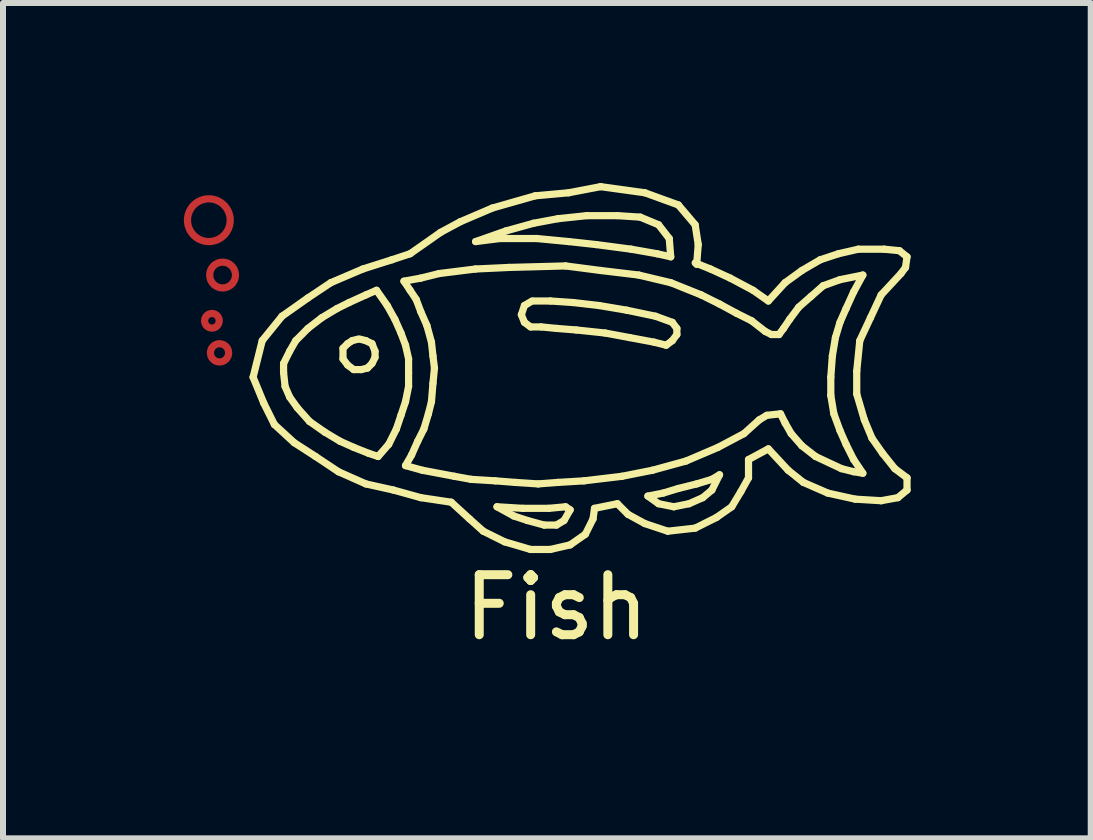
<source format=kicad_pcb>
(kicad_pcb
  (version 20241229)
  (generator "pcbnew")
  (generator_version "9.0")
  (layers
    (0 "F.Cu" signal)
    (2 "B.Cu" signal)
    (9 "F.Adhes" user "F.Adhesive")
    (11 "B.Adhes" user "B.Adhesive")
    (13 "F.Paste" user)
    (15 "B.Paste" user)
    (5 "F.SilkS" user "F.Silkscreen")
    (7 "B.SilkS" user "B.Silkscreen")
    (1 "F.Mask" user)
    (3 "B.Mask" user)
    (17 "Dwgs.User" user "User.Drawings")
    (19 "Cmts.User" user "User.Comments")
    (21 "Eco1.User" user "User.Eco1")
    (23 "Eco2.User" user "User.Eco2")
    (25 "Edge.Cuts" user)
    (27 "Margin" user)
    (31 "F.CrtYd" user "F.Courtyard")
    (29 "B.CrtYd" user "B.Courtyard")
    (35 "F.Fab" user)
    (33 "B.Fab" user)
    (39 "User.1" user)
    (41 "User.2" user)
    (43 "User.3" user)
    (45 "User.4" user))
  (footprint "Fish"
    (layer "F.Cu")
    (at 6.196 3.159)
    (property "Reference" "Fish" (at 0.025 3.912 0) (layer "F.SilkS") (effects (font (size 1 1) (thickness 0.15))))
    (attr through_hole)
    (fp_circle (center -5.766 -2.54) (end -5.41 -2.54) (stroke (width 0.12) (type solid)) (fill no) (layer "F.Cu"))
    (fp_circle (center -5.715 -0.864) (end -5.593 -0.864) (stroke (width 0.12) (type solid)) (fill no) (layer "F.Cu"))
    (fp_circle (center -5.588 -0.33) (end -5.436 -0.33) (stroke (width 0.12) (type solid)) (fill no) (layer "F.Cu"))
    (fp_circle (center -5.537 -1.626) (end -5.322 -1.626) (stroke (width 0.12) (type solid)) (fill no) (layer "F.Cu"))
    (fp_circle (center -5.766 -2.54) (end -5.41 -2.54) (stroke (width 0.15) (type solid)) (fill no) (layer "F.Mask"))
    (fp_circle (center -5.715 -0.864) (end -5.593 -0.864) (stroke (width 0.15) (type solid)) (fill no) (layer "F.Mask"))
    (fp_circle (center -5.588 -0.33) (end -5.436 -0.33) (stroke (width 0.15) (type solid)) (fill no) (layer "F.Mask"))
    (fp_circle (center -5.537 -1.623) (end -5.322 -1.623) (stroke (width 0.15) (type solid)) (fill no) (layer "F.Mask"))
    (fp_line (start -5.029 0.076) (end -4.877 -0.533) (stroke (width 0.12) (type solid)) (layer "F.SilkS"))
    (fp_line (start -4.877 -0.533) (end -4.547 -0.94) (stroke (width 0.12) (type solid)) (layer "F.SilkS"))
    (fp_line (start -4.851 0.508) (end -5.029 0.076) (stroke (width 0.12) (type solid)) (layer "F.SilkS"))
    (fp_line (start -4.674 0.864) (end -4.851 0.508) (stroke (width 0.12) (type solid)) (layer "F.SilkS"))
    (fp_line (start -4.547 -0.94) (end -4.115 -1.245) (stroke (width 0.12) (type solid)) (layer "F.SilkS"))
    (fp_line (start -4.521 -0.152) (end -4.521 0) (stroke (width 0.12) (type solid)) (layer "F.SilkS"))
    (fp_line (start -4.521 0) (end -4.496 0.229) (stroke (width 0.12) (type solid)) (layer "F.SilkS"))
    (fp_line (start -4.496 0.229) (end -4.42 0.406) (stroke (width 0.12) (type solid)) (layer "F.SilkS"))
    (fp_line (start -4.42 -0.356) (end -4.521 -0.152) (stroke (width 0.12) (type solid)) (layer "F.SilkS"))
    (fp_line (start -4.42 0.406) (end -4.293 0.584) (stroke (width 0.12) (type solid)) (layer "F.SilkS"))
    (fp_line (start -4.343 1.168) (end -4.674 0.864) (stroke (width 0.12) (type solid)) (layer "F.SilkS"))
    (fp_line (start -4.318 -0.533) (end -4.42 -0.356) (stroke (width 0.12) (type solid)) (layer "F.SilkS"))
    (fp_line (start -4.293 0.584) (end -4.089 0.813) (stroke (width 0.12) (type solid)) (layer "F.SilkS"))
    (fp_line (start -4.115 -1.245) (end -3.734 -1.499) (stroke (width 0.12) (type solid)) (layer "F.SilkS"))
    (fp_line (start -4.115 -0.737) (end -4.318 -0.533) (stroke (width 0.12) (type solid)) (layer "F.SilkS"))
    (fp_line (start -4.089 0.813) (end -3.835 0.991) (stroke (width 0.12) (type solid)) (layer "F.SilkS"))
    (fp_line (start -3.988 1.397) (end -4.343 1.168) (stroke (width 0.12) (type solid)) (layer "F.SilkS"))
    (fp_line (start -3.886 -0.914) (end -4.115 -0.737) (stroke (width 0.12) (type solid)) (layer "F.SilkS"))
    (fp_line (start -3.835 0.991) (end -3.581 1.143) (stroke (width 0.12) (type solid)) (layer "F.SilkS"))
    (fp_line (start -3.734 -1.499) (end -3.2 -1.727) (stroke (width 0.12) (type solid)) (layer "F.SilkS"))
    (fp_line (start -3.632 -1.067) (end -3.886 -0.914) (stroke (width 0.12) (type solid)) (layer "F.SilkS"))
    (fp_line (start -3.607 1.651) (end -3.988 1.397) (stroke (width 0.12) (type solid)) (layer "F.SilkS"))
    (fp_line (start -3.581 1.143) (end -3.353 1.245) (stroke (width 0.12) (type solid)) (layer "F.SilkS"))
    (fp_line (start -3.531 -0.406) (end -3.454 -0.483) (stroke (width 0.12) (type solid)) (layer "F.SilkS"))
    (fp_line (start -3.531 -0.229) (end -3.531 -0.406) (stroke (width 0.12) (type solid)) (layer "F.SilkS"))
    (fp_line (start -3.454 -0.483) (end -3.378 -0.533) (stroke (width 0.12) (type solid)) (layer "F.SilkS"))
    (fp_line (start -3.454 -0.127) (end -3.531 -0.229) (stroke (width 0.12) (type solid)) (layer "F.SilkS"))
    (fp_line (start -3.429 -1.168) (end -3.632 -1.067) (stroke (width 0.12) (type solid)) (layer "F.SilkS"))
    (fp_line (start -3.378 -0.533) (end -3.277 -0.559) (stroke (width 0.12) (type solid)) (layer "F.SilkS"))
    (fp_line (start -3.353 -0.051) (end -3.454 -0.127) (stroke (width 0.12) (type solid)) (layer "F.SilkS"))
    (fp_line (start -3.353 1.245) (end -3.099 1.346) (stroke (width 0.12) (type solid)) (layer "F.SilkS"))
    (fp_line (start -3.251 -0.559) (end -3.15 -0.533) (stroke (width 0.12) (type solid)) (layer "F.SilkS"))
    (fp_line (start -3.226 -0.051) (end -3.353 -0.051) (stroke (width 0.12) (type solid)) (layer "F.SilkS"))
    (fp_line (start -3.2 -1.727) (end -2.718 -1.88) (stroke (width 0.12) (type solid)) (layer "F.SilkS"))
    (fp_line (start -3.15 -1.295) (end -3.429 -1.168) (stroke (width 0.12) (type solid)) (layer "F.SilkS"))
    (fp_line (start -3.15 -0.533) (end -3.048 -0.483) (stroke (width 0.12) (type solid)) (layer "F.SilkS"))
    (fp_line (start -3.15 1.854) (end -3.607 1.651) (stroke (width 0.12) (type solid)) (layer "F.SilkS"))
    (fp_line (start -3.124 -0.076) (end -3.226 -0.051) (stroke (width 0.12) (type solid)) (layer "F.SilkS"))
    (fp_line (start -3.099 1.346) (end -2.946 1.397) (stroke (width 0.12) (type solid)) (layer "F.SilkS"))
    (fp_line (start -3.048 -0.483) (end -2.997 -0.356) (stroke (width 0.12) (type solid)) (layer "F.SilkS"))
    (fp_line (start -3.048 -0.152) (end -3.124 -0.076) (stroke (width 0.12) (type solid)) (layer "F.SilkS"))
    (fp_line (start -2.997 -0.356) (end -2.997 -0.254) (stroke (width 0.12) (type solid)) (layer "F.SilkS"))
    (fp_line (start -2.997 -0.254) (end -3.048 -0.152) (stroke (width 0.12) (type solid)) (layer "F.SilkS"))
    (fp_line (start -2.972 -1.372) (end -3.15 -1.295) (stroke (width 0.12) (type solid)) (layer "F.SilkS"))
    (fp_line (start -2.946 1.397) (end -2.769 1.194) (stroke (width 0.12) (type solid)) (layer "F.SilkS"))
    (fp_line (start -2.794 -1.118) (end -2.972 -1.372) (stroke (width 0.12) (type solid)) (layer "F.SilkS"))
    (fp_line (start -2.769 1.194) (end -2.642 0.94) (stroke (width 0.12) (type solid)) (layer "F.SilkS"))
    (fp_line (start -2.718 -1.88) (end -2.413 -1.981) (stroke (width 0.12) (type solid)) (layer "F.SilkS"))
    (fp_line (start -2.692 1.956) (end -3.15 1.854) (stroke (width 0.12) (type solid)) (layer "F.SilkS"))
    (fp_line (start -2.667 -0.889) (end -2.794 -1.118) (stroke (width 0.12) (type solid)) (layer "F.SilkS"))
    (fp_line (start -2.642 0.94) (end -2.565 0.711) (stroke (width 0.12) (type solid)) (layer "F.SilkS"))
    (fp_line (start -2.565 -0.66) (end -2.667 -0.889) (stroke (width 0.12) (type solid)) (layer "F.SilkS"))
    (fp_line (start -2.565 0.711) (end -2.489 0.483) (stroke (width 0.12) (type solid)) (layer "F.SilkS"))
    (fp_line (start -2.515 -1.524) (end -2.413 -1.372) (stroke (width 0.12) (type solid)) (layer "F.SilkS"))
    (fp_line (start -2.489 -0.457) (end -2.565 -0.66) (stroke (width 0.12) (type solid)) (layer "F.SilkS"))
    (fp_line (start -2.489 0.483) (end -2.438 0.229) (stroke (width 0.12) (type solid)) (layer "F.SilkS"))
    (fp_line (start -2.489 1.549) (end -2.21 1.626) (stroke (width 0.12) (type solid)) (layer "F.SilkS"))
    (fp_line (start -2.438 -0.229) (end -2.489 -0.457) (stroke (width 0.12) (type solid)) (layer "F.SilkS"))
    (fp_line (start -2.438 0) (end -2.438 -0.229) (stroke (width 0.12) (type solid)) (layer "F.SilkS"))
    (fp_line (start -2.438 0.229) (end -2.438 0) (stroke (width 0.12) (type solid)) (layer "F.SilkS"))
    (fp_line (start -2.413 -1.981) (end -1.905 -2.337) (stroke (width 0.12) (type solid)) (layer "F.SilkS"))
    (fp_line (start -2.413 -1.372) (end -2.311 -1.219) (stroke (width 0.12) (type solid)) (layer "F.SilkS"))
    (fp_line (start -2.388 1.372) (end -2.489 1.549) (stroke (width 0.12) (type solid)) (layer "F.SilkS"))
    (fp_line (start -2.311 -1.219) (end -2.235 -1.016) (stroke (width 0.12) (type solid)) (layer "F.SilkS"))
    (fp_line (start -2.286 1.143) (end -2.388 1.372) (stroke (width 0.12) (type solid)) (layer "F.SilkS"))
    (fp_line (start -2.235 -1.575) (end -2.515 -1.524) (stroke (width 0.12) (type solid)) (layer "F.SilkS"))
    (fp_line (start -2.235 -1.016) (end -2.134 -0.787) (stroke (width 0.12) (type solid)) (layer "F.SilkS"))
    (fp_line (start -2.235 2.083) (end -2.692 1.956) (stroke (width 0.12) (type solid)) (layer "F.SilkS"))
    (fp_line (start -2.21 1.626) (end -1.676 1.727) (stroke (width 0.12) (type solid)) (layer "F.SilkS"))
    (fp_line (start -2.184 0.94) (end -2.286 1.143) (stroke (width 0.12) (type solid)) (layer "F.SilkS"))
    (fp_line (start -2.134 -0.787) (end -2.057 -0.508) (stroke (width 0.12) (type solid)) (layer "F.SilkS"))
    (fp_line (start -2.108 0.686) (end -2.184 0.94) (stroke (width 0.12) (type solid)) (layer "F.SilkS"))
    (fp_line (start -2.057 -0.508) (end -2.032 -0.279) (stroke (width 0.12) (type solid)) (layer "F.SilkS"))
    (fp_line (start -2.057 0.483) (end -2.108 0.686) (stroke (width 0.12) (type solid)) (layer "F.SilkS"))
    (fp_line (start -2.032 -0.279) (end -2.007 -0.076) (stroke (width 0.12) (type solid)) (layer "F.SilkS"))
    (fp_line (start -2.032 0.178) (end -2.057 0.483) (stroke (width 0.12) (type solid)) (layer "F.SilkS"))
    (fp_line (start -2.007 -0.076) (end -2.032 0.178) (stroke (width 0.12) (type solid)) (layer "F.SilkS"))
    (fp_line (start -1.93 -1.651) (end -2.235 -1.575) (stroke (width 0.12) (type solid)) (layer "F.SilkS"))
    (fp_line (start -1.905 -2.337) (end -1.575 -2.515) (stroke (width 0.12) (type solid)) (layer "F.SilkS"))
    (fp_line (start -1.727 2.159) (end -2.235 2.083) (stroke (width 0.12) (type solid)) (layer "F.SilkS"))
    (fp_line (start -1.676 1.727) (end -1.397 1.778) (stroke (width 0.12) (type solid)) (layer "F.SilkS"))
    (fp_line (start -1.575 -2.515) (end -1.041 -2.743) (stroke (width 0.12) (type solid)) (layer "F.SilkS"))
    (fp_line (start -1.422 2.438) (end -1.727 2.159) (stroke (width 0.12) (type solid)) (layer "F.SilkS"))
    (fp_line (start -1.397 1.778) (end -0.991 1.803) (stroke (width 0.12) (type solid)) (layer "F.SilkS"))
    (fp_line (start -1.321 -2.184) (end -0.914 -2.235) (stroke (width 0.12) (type solid)) (layer "F.SilkS"))
    (fp_line (start -1.321 -1.727) (end -1.93 -1.651) (stroke (width 0.12) (type solid)) (layer "F.SilkS"))
    (fp_line (start -1.194 2.642) (end -1.422 2.438) (stroke (width 0.12) (type solid)) (layer "F.SilkS"))
    (fp_line (start -1.041 -2.743) (end -0.33 -2.946) (stroke (width 0.12) (type solid)) (layer "F.SilkS"))
    (fp_line (start -0.991 1.803) (end -0.66 1.829) (stroke (width 0.12) (type solid)) (layer "F.SilkS"))
    (fp_line (start -0.965 2.235) (end -0.533 2.261) (stroke (width 0.12) (type solid)) (layer "F.SilkS"))
    (fp_line (start -0.914 -2.235) (end -0.305 -2.235) (stroke (width 0.12) (type solid)) (layer "F.SilkS"))
    (fp_line (start -0.838 2.819) (end -1.194 2.642) (stroke (width 0.12) (type solid)) (layer "F.SilkS"))
    (fp_line (start -0.813 -2.362) (end -1.321 -2.184) (stroke (width 0.12) (type solid)) (layer "F.SilkS"))
    (fp_line (start -0.762 -1.753) (end -1.321 -1.727) (stroke (width 0.12) (type solid)) (layer "F.SilkS"))
    (fp_line (start -0.686 2.388) (end -0.965 2.235) (stroke (width 0.12) (type solid)) (layer "F.SilkS"))
    (fp_line (start -0.66 1.829) (end -0.279 1.854) (stroke (width 0.12) (type solid)) (layer "F.SilkS"))
    (fp_line (start -0.559 -0.965) (end -0.508 -1.118) (stroke (width 0.12) (type solid)) (layer "F.SilkS"))
    (fp_line (start -0.533 2.261) (end -0.102 2.261) (stroke (width 0.12) (type solid)) (layer "F.SilkS"))
    (fp_line (start -0.508 -1.118) (end -0.381 -1.194) (stroke (width 0.12) (type solid)) (layer "F.SilkS"))
    (fp_line (start -0.508 -0.838) (end -0.559 -0.965) (stroke (width 0.12) (type solid)) (layer "F.SilkS"))
    (fp_line (start -0.457 2.464) (end -0.686 2.388) (stroke (width 0.12) (type solid)) (layer "F.SilkS"))
    (fp_line (start -0.406 -0.762) (end -0.508 -0.838) (stroke (width 0.12) (type solid)) (layer "F.SilkS"))
    (fp_line (start -0.406 2.946) (end -0.838 2.819) (stroke (width 0.12) (type solid)) (layer "F.SilkS"))
    (fp_line (start -0.356 -2.489) (end -0.813 -2.362) (stroke (width 0.12) (type solid)) (layer "F.SilkS"))
    (fp_line (start -0.356 -1.194) (end -0.076 -1.194) (stroke (width 0.12) (type solid)) (layer "F.SilkS"))
    (fp_line (start -0.33 -2.946) (end 0.229 -2.997) (stroke (width 0.12) (type solid)) (layer "F.SilkS"))
    (fp_line (start -0.305 -2.235) (end 0.229 -2.184) (stroke (width 0.12) (type solid)) (layer "F.SilkS"))
    (fp_line (start -0.279 1.854) (end 0.051 1.829) (stroke (width 0.12) (type solid)) (layer "F.SilkS"))
    (fp_line (start -0.229 -0.762) (end -0.406 -0.762) (stroke (width 0.12) (type solid)) (layer "F.SilkS"))
    (fp_line (start -0.178 2.54) (end -0.457 2.464) (stroke (width 0.12) (type solid)) (layer "F.SilkS"))
    (fp_line (start -0.102 2.261) (end 0.178 2.235) (stroke (width 0.12) (type solid)) (layer "F.SilkS"))
    (fp_line (start -0.076 -1.194) (end 0.305 -1.168) (stroke (width 0.12) (type solid)) (layer "F.SilkS"))
    (fp_line (start -0.076 2.946) (end -0.406 2.946) (stroke (width 0.12) (type solid)) (layer "F.SilkS"))
    (fp_line (start 0.025 -0.737) (end -0.229 -0.762) (stroke (width 0.12) (type solid)) (layer "F.SilkS"))
    (fp_line (start 0.025 2.54) (end -0.178 2.54) (stroke (width 0.12) (type solid)) (layer "F.SilkS"))
    (fp_line (start 0.051 -2.565) (end -0.356 -2.489) (stroke (width 0.12) (type solid)) (layer "F.SilkS"))
    (fp_line (start 0.051 1.829) (end 0.483 1.803) (stroke (width 0.12) (type solid)) (layer "F.SilkS"))
    (fp_line (start 0.152 2.464) (end 0.025 2.54) (stroke (width 0.12) (type solid)) (layer "F.SilkS"))
    (fp_line (start 0.178 -1.778) (end -0.762 -1.753) (stroke (width 0.12) (type solid)) (layer "F.SilkS"))
    (fp_line (start 0.178 2.235) (end 0.254 2.286) (stroke (width 0.12) (type solid)) (layer "F.SilkS"))
    (fp_line (start 0.229 -2.997) (end 0.762 -3.099) (stroke (width 0.12) (type solid)) (layer "F.SilkS"))
    (fp_line (start 0.229 -2.184) (end 0.686 -2.134) (stroke (width 0.12) (type solid)) (layer "F.SilkS"))
    (fp_line (start 0.254 2.286) (end 0.152 2.464) (stroke (width 0.12) (type solid)) (layer "F.SilkS"))
    (fp_line (start 0.254 2.87) (end -0.076 2.946) (stroke (width 0.12) (type solid)) (layer "F.SilkS"))
    (fp_line (start 0.305 -1.168) (end 0.737 -1.118) (stroke (width 0.12) (type solid)) (layer "F.SilkS"))
    (fp_line (start 0.356 -0.711) (end 0.025 -0.737) (stroke (width 0.12) (type solid)) (layer "F.SilkS"))
    (fp_line (start 0.483 1.803) (end 1.118 1.727) (stroke (width 0.12) (type solid)) (layer "F.SilkS"))
    (fp_line (start 0.508 2.692) (end 0.254 2.87) (stroke (width 0.12) (type solid)) (layer "F.SilkS"))
    (fp_line (start 0.533 -2.616) (end 0.051 -2.565) (stroke (width 0.12) (type solid)) (layer "F.SilkS"))
    (fp_line (start 0.635 2.438) (end 0.508 2.692) (stroke (width 0.12) (type solid)) (layer "F.SilkS"))
    (fp_line (start 0.66 2.261) (end 0.635 2.438) (stroke (width 0.12) (type solid)) (layer "F.SilkS"))
    (fp_line (start 0.686 -2.134) (end 1.27 -2.057) (stroke (width 0.12) (type solid)) (layer "F.SilkS"))
    (fp_line (start 0.737 -1.118) (end 1.194 -1.041) (stroke (width 0.12) (type solid)) (layer "F.SilkS"))
    (fp_line (start 0.762 -3.099) (end 1.499 -2.997) (stroke (width 0.12) (type solid)) (layer "F.SilkS"))
    (fp_line (start 0.762 -1.702) (end 0.178 -1.778) (stroke (width 0.12) (type solid)) (layer "F.SilkS"))
    (fp_line (start 0.838 -0.66) (end 0.356 -0.711) (stroke (width 0.12) (type solid)) (layer "F.SilkS"))
    (fp_line (start 1.041 -2.616) (end 0.533 -2.616) (stroke (width 0.12) (type solid)) (layer "F.SilkS"))
    (fp_line (start 1.041 2.184) (end 0.66 2.261) (stroke (width 0.12) (type solid)) (layer "F.SilkS"))
    (fp_line (start 1.118 1.727) (end 1.626 1.626) (stroke (width 0.12) (type solid)) (layer "F.SilkS"))
    (fp_line (start 1.194 -1.041) (end 1.676 -0.94) (stroke (width 0.12) (type solid)) (layer "F.SilkS"))
    (fp_line (start 1.219 2.362) (end 1.041 2.184) (stroke (width 0.12) (type solid)) (layer "F.SilkS"))
    (fp_line (start 1.245 -0.584) (end 0.838 -0.66) (stroke (width 0.12) (type solid)) (layer "F.SilkS"))
    (fp_line (start 1.27 -2.057) (end 1.702 -1.981) (stroke (width 0.12) (type solid)) (layer "F.SilkS"))
    (fp_line (start 1.397 -1.626) (end 0.762 -1.702) (stroke (width 0.12) (type solid)) (layer "F.SilkS"))
    (fp_line (start 1.422 -2.591) (end 1.041 -2.616) (stroke (width 0.12) (type solid)) (layer "F.SilkS"))
    (fp_line (start 1.499 -2.997) (end 2.057 -2.794) (stroke (width 0.12) (type solid)) (layer "F.SilkS"))
    (fp_line (start 1.499 2.515) (end 1.219 2.362) (stroke (width 0.12) (type solid)) (layer "F.SilkS"))
    (fp_line (start 1.549 2.057) (end 1.803 2.007) (stroke (width 0.12) (type solid)) (layer "F.SilkS"))
    (fp_line (start 1.626 1.626) (end 2.184 1.473) (stroke (width 0.12) (type solid)) (layer "F.SilkS"))
    (fp_line (start 1.651 -0.508) (end 1.245 -0.584) (stroke (width 0.12) (type solid)) (layer "F.SilkS"))
    (fp_line (start 1.676 -0.94) (end 1.956 -0.838) (stroke (width 0.12) (type solid)) (layer "F.SilkS"))
    (fp_line (start 1.702 -1.981) (end 1.93 -1.93) (stroke (width 0.12) (type solid)) (layer "F.SilkS"))
    (fp_line (start 1.727 -2.464) (end 1.422 -2.591) (stroke (width 0.12) (type solid)) (layer "F.SilkS"))
    (fp_line (start 1.727 2.184) (end 1.549 2.057) (stroke (width 0.12) (type solid)) (layer "F.SilkS"))
    (fp_line (start 1.803 2.007) (end 2.057 1.93) (stroke (width 0.12) (type solid)) (layer "F.SilkS"))
    (fp_line (start 1.854 -0.457) (end 1.651 -0.508) (stroke (width 0.12) (type solid)) (layer "F.SilkS"))
    (fp_line (start 1.88 2.642) (end 1.499 2.515) (stroke (width 0.12) (type solid)) (layer "F.SilkS"))
    (fp_line (start 1.905 -2.235) (end 1.727 -2.464) (stroke (width 0.12) (type solid)) (layer "F.SilkS"))
    (fp_line (start 1.93 -1.93) (end 1.905 -2.235) (stroke (width 0.12) (type solid)) (layer "F.SilkS"))
    (fp_line (start 1.93 -1.499) (end 1.397 -1.626) (stroke (width 0.12) (type solid)) (layer "F.SilkS"))
    (fp_line (start 1.956 -0.838) (end 2.032 -0.737) (stroke (width 0.12) (type solid)) (layer "F.SilkS"))
    (fp_line (start 1.956 -0.533) (end 1.854 -0.457) (stroke (width 0.12) (type solid)) (layer "F.SilkS"))
    (fp_line (start 1.981 2.235) (end 1.727 2.184) (stroke (width 0.12) (type solid)) (layer "F.SilkS"))
    (fp_line (start 2.032 -0.737) (end 2.032 -0.635) (stroke (width 0.12) (type solid)) (layer "F.SilkS"))
    (fp_line (start 2.032 -0.635) (end 1.956 -0.533) (stroke (width 0.12) (type solid)) (layer "F.SilkS"))
    (fp_line (start 2.057 -2.794) (end 2.337 -2.464) (stroke (width 0.12) (type solid)) (layer "F.SilkS"))
    (fp_line (start 2.057 1.93) (end 2.362 1.854) (stroke (width 0.12) (type solid)) (layer "F.SilkS"))
    (fp_line (start 2.184 1.473) (end 2.718 1.245) (stroke (width 0.12) (type solid)) (layer "F.SilkS"))
    (fp_line (start 2.235 2.184) (end 1.981 2.235) (stroke (width 0.12) (type solid)) (layer "F.SilkS"))
    (fp_line (start 2.337 -2.464) (end 2.388 -2.134) (stroke (width 0.12) (type solid)) (layer "F.SilkS"))
    (fp_line (start 2.337 -1.829) (end 2.591 -1.727) (stroke (width 0.12) (type solid)) (layer "F.SilkS"))
    (fp_line (start 2.337 2.591) (end 1.88 2.642) (stroke (width 0.12) (type solid)) (layer "F.SilkS"))
    (fp_line (start 2.362 1.854) (end 2.616 1.778) (stroke (width 0.12) (type solid)) (layer "F.SilkS"))
    (fp_line (start 2.388 -2.134) (end 2.362 -1.803) (stroke (width 0.12) (type solid)) (layer "F.SilkS"))
    (fp_line (start 2.438 -1.295) (end 1.93 -1.499) (stroke (width 0.12) (type solid)) (layer "F.SilkS"))
    (fp_line (start 2.464 2.083) (end 2.235 2.184) (stroke (width 0.12) (type solid)) (layer "F.SilkS"))
    (fp_line (start 2.591 -1.727) (end 2.921 -1.575) (stroke (width 0.12) (type solid)) (layer "F.SilkS"))
    (fp_line (start 2.616 1.778) (end 2.743 1.702) (stroke (width 0.12) (type solid)) (layer "F.SilkS"))
    (fp_line (start 2.616 1.956) (end 2.464 2.083) (stroke (width 0.12) (type solid)) (layer "F.SilkS"))
    (fp_line (start 2.692 2.413) (end 2.337 2.591) (stroke (width 0.12) (type solid)) (layer "F.SilkS"))
    (fp_line (start 2.718 1.245) (end 3.15 1.016) (stroke (width 0.12) (type solid)) (layer "F.SilkS"))
    (fp_line (start 2.743 -1.143) (end 2.438 -1.295) (stroke (width 0.12) (type solid)) (layer "F.SilkS"))
    (fp_line (start 2.743 1.702) (end 2.616 1.956) (stroke (width 0.12) (type solid)) (layer "F.SilkS"))
    (fp_line (start 2.921 -1.575) (end 3.302 -1.372) (stroke (width 0.12) (type solid)) (layer "F.SilkS"))
    (fp_line (start 2.946 2.235) (end 2.692 2.413) (stroke (width 0.12) (type solid)) (layer "F.SilkS"))
    (fp_line (start 3.023 -0.991) (end 2.743 -1.143) (stroke (width 0.12) (type solid)) (layer "F.SilkS"))
    (fp_line (start 3.099 1.981) (end 2.946 2.235) (stroke (width 0.12) (type solid)) (layer "F.SilkS"))
    (fp_line (start 3.15 1.016) (end 3.404 0.787) (stroke (width 0.12) (type solid)) (layer "F.SilkS"))
    (fp_line (start 3.226 1.448) (end 3.226 1.753) (stroke (width 0.12) (type solid)) (layer "F.SilkS"))
    (fp_line (start 3.226 1.753) (end 3.099 1.981) (stroke (width 0.12) (type solid)) (layer "F.SilkS"))
    (fp_line (start 3.277 -0.864) (end 3.023 -0.991) (stroke (width 0.12) (type solid)) (layer "F.SilkS"))
    (fp_line (start 3.302 -1.372) (end 3.556 -1.194) (stroke (width 0.12) (type solid)) (layer "F.SilkS"))
    (fp_line (start 3.404 0.787) (end 3.531 0.711) (stroke (width 0.12) (type solid)) (layer "F.SilkS"))
    (fp_line (start 3.505 -0.686) (end 3.277 -0.864) (stroke (width 0.12) (type solid)) (layer "F.SilkS"))
    (fp_line (start 3.531 0.711) (end 3.759 0.686) (stroke (width 0.12) (type solid)) (layer "F.SilkS"))
    (fp_line (start 3.556 -1.194) (end 3.835 -1.499) (stroke (width 0.12) (type solid)) (layer "F.SilkS"))
    (fp_line (start 3.556 1.27) (end 3.226 1.448) (stroke (width 0.12) (type solid)) (layer "F.SilkS"))
    (fp_line (start 3.607 -0.635) (end 3.505 -0.686) (stroke (width 0.12) (type solid)) (layer "F.SilkS"))
    (fp_line (start 3.734 -0.635) (end 3.607 -0.635) (stroke (width 0.12) (type solid)) (layer "F.SilkS"))
    (fp_line (start 3.759 0.686) (end 3.835 0.838) (stroke (width 0.12) (type solid)) (layer "F.SilkS"))
    (fp_line (start 3.81 -0.737) (end 3.734 -0.635) (stroke (width 0.12) (type solid)) (layer "F.SilkS"))
    (fp_line (start 3.835 -1.499) (end 4.115 -1.702) (stroke (width 0.12) (type solid)) (layer "F.SilkS"))
    (fp_line (start 3.835 0.838) (end 3.937 1.016) (stroke (width 0.12) (type solid)) (layer "F.SilkS"))
    (fp_line (start 3.886 1.626) (end 3.556 1.27) (stroke (width 0.12) (type solid)) (layer "F.SilkS"))
    (fp_line (start 3.912 -0.889) (end 3.81 -0.737) (stroke (width 0.12) (type solid)) (layer "F.SilkS"))
    (fp_line (start 3.937 1.016) (end 4.115 1.219) (stroke (width 0.12) (type solid)) (layer "F.SilkS"))
    (fp_line (start 4.064 -1.092) (end 3.912 -0.889) (stroke (width 0.12) (type solid)) (layer "F.SilkS"))
    (fp_line (start 4.115 -1.702) (end 4.42 -1.88) (stroke (width 0.12) (type solid)) (layer "F.SilkS"))
    (fp_line (start 4.115 1.219) (end 4.343 1.397) (stroke (width 0.12) (type solid)) (layer "F.SilkS"))
    (fp_line (start 4.14 1.829) (end 3.886 1.626) (stroke (width 0.12) (type solid)) (layer "F.SilkS"))
    (fp_line (start 4.267 -1.27) (end 4.064 -1.092) (stroke (width 0.12) (type solid)) (layer "F.SilkS"))
    (fp_line (start 4.343 1.397) (end 4.775 1.6) (stroke (width 0.12) (type solid)) (layer "F.SilkS"))
    (fp_line (start 4.42 -1.88) (end 4.724 -1.981) (stroke (width 0.12) (type solid)) (layer "F.SilkS"))
    (fp_line (start 4.47 -1.448) (end 4.267 -1.27) (stroke (width 0.12) (type solid)) (layer "F.SilkS"))
    (fp_line (start 4.547 2.007) (end 4.14 1.829) (stroke (width 0.12) (type solid)) (layer "F.SilkS"))
    (fp_line (start 4.597 0.076) (end 4.623 -0.279) (stroke (width 0.12) (type solid)) (layer "F.SilkS"))
    (fp_line (start 4.597 0.381) (end 4.597 0.076) (stroke (width 0.12) (type solid)) (layer "F.SilkS"))
    (fp_line (start 4.623 -0.279) (end 4.674 -0.584) (stroke (width 0.12) (type solid)) (layer "F.SilkS"))
    (fp_line (start 4.648 0.686) (end 4.597 0.381) (stroke (width 0.12) (type solid)) (layer "F.SilkS"))
    (fp_line (start 4.674 -0.584) (end 4.75 -0.838) (stroke (width 0.12) (type solid)) (layer "F.SilkS"))
    (fp_line (start 4.724 -1.981) (end 5.055 -2.057) (stroke (width 0.12) (type solid)) (layer "F.SilkS"))
    (fp_line (start 4.75 -1.549) (end 4.47 -1.448) (stroke (width 0.12) (type solid)) (layer "F.SilkS"))
    (fp_line (start 4.75 -0.838) (end 4.851 -1.067) (stroke (width 0.12) (type solid)) (layer "F.SilkS"))
    (fp_line (start 4.75 0.965) (end 4.648 0.686) (stroke (width 0.12) (type solid)) (layer "F.SilkS"))
    (fp_line (start 4.775 1.6) (end 4.978 1.651) (stroke (width 0.12) (type solid)) (layer "F.SilkS"))
    (fp_line (start 4.851 -1.067) (end 4.978 -1.346) (stroke (width 0.12) (type solid)) (layer "F.SilkS"))
    (fp_line (start 4.851 1.194) (end 4.75 0.965) (stroke (width 0.12) (type solid)) (layer "F.SilkS"))
    (fp_line (start 4.978 -1.346) (end 5.131 -1.626) (stroke (width 0.12) (type solid)) (layer "F.SilkS"))
    (fp_line (start 4.978 1.448) (end 4.851 1.194) (stroke (width 0.12) (type solid)) (layer "F.SilkS"))
    (fp_line (start 4.978 1.651) (end 5.131 1.676) (stroke (width 0.12) (type solid)) (layer "F.SilkS"))
    (fp_line (start 5.004 2.108) (end 4.547 2.007) (stroke (width 0.12) (type solid)) (layer "F.SilkS"))
    (fp_line (start 5.029 -0.025) (end 5.029 0.356) (stroke (width 0.12) (type solid)) (layer "F.SilkS"))
    (fp_line (start 5.029 0.356) (end 5.156 0.787) (stroke (width 0.12) (type solid)) (layer "F.SilkS"))
    (fp_line (start 5.055 -2.057) (end 5.486 -2.057) (stroke (width 0.12) (type solid)) (layer "F.SilkS"))
    (fp_line (start 5.08 -0.533) (end 5.029 -0.025) (stroke (width 0.12) (type solid)) (layer "F.SilkS"))
    (fp_line (start 5.131 -1.626) (end 4.75 -1.549) (stroke (width 0.12) (type solid)) (layer "F.SilkS"))
    (fp_line (start 5.131 1.676) (end 4.978 1.448) (stroke (width 0.12) (type solid)) (layer "F.SilkS"))
    (fp_line (start 5.156 0.787) (end 5.283 1.092) (stroke (width 0.12) (type solid)) (layer "F.SilkS"))
    (fp_line (start 5.258 -0.914) (end 5.08 -0.533) (stroke (width 0.12) (type solid)) (layer "F.SilkS"))
    (fp_line (start 5.283 1.092) (end 5.461 1.346) (stroke (width 0.12) (type solid)) (layer "F.SilkS"))
    (fp_line (start 5.436 -1.295) (end 5.258 -0.914) (stroke (width 0.12) (type solid)) (layer "F.SilkS"))
    (fp_line (start 5.436 2.134) (end 5.004 2.108) (stroke (width 0.12) (type solid)) (layer "F.SilkS"))
    (fp_line (start 5.461 1.346) (end 5.664 1.6) (stroke (width 0.12) (type solid)) (layer "F.SilkS"))
    (fp_line (start 5.486 -2.057) (end 5.74 -2.032) (stroke (width 0.12) (type solid)) (layer "F.SilkS"))
    (fp_line (start 5.664 1.6) (end 5.867 1.753) (stroke (width 0.12) (type solid)) (layer "F.SilkS"))
    (fp_line (start 5.715 2.083) (end 5.436 2.134) (stroke (width 0.12) (type solid)) (layer "F.SilkS"))
    (fp_line (start 5.74 -2.032) (end 5.867 -1.93) (stroke (width 0.12) (type solid)) (layer "F.SilkS"))
    (fp_line (start 5.766 -1.651) (end 5.436 -1.295) (stroke (width 0.12) (type solid)) (layer "F.SilkS"))
    (fp_line (start 5.842 -1.753) (end 5.766 -1.651) (stroke (width 0.12) (type solid)) (layer "F.SilkS"))
    (fp_line (start 5.867 -1.93) (end 5.842 -1.753) (stroke (width 0.12) (type solid)) (layer "F.SilkS"))
    (fp_line (start 5.867 1.753) (end 5.867 1.956) (stroke (width 0.12) (type solid)) (layer "F.SilkS"))
    (fp_line (start 5.867 1.956) (end 5.715 2.083) (stroke (width 0.12) (type solid)) (layer "F.SilkS")))
  (gr_rect
    (start -3 -3)
    (end 15.124 10.919)
    (stroke (width 0.1) (type default))
    (fill no)
    (layer "Edge.Cuts")))
</source>
